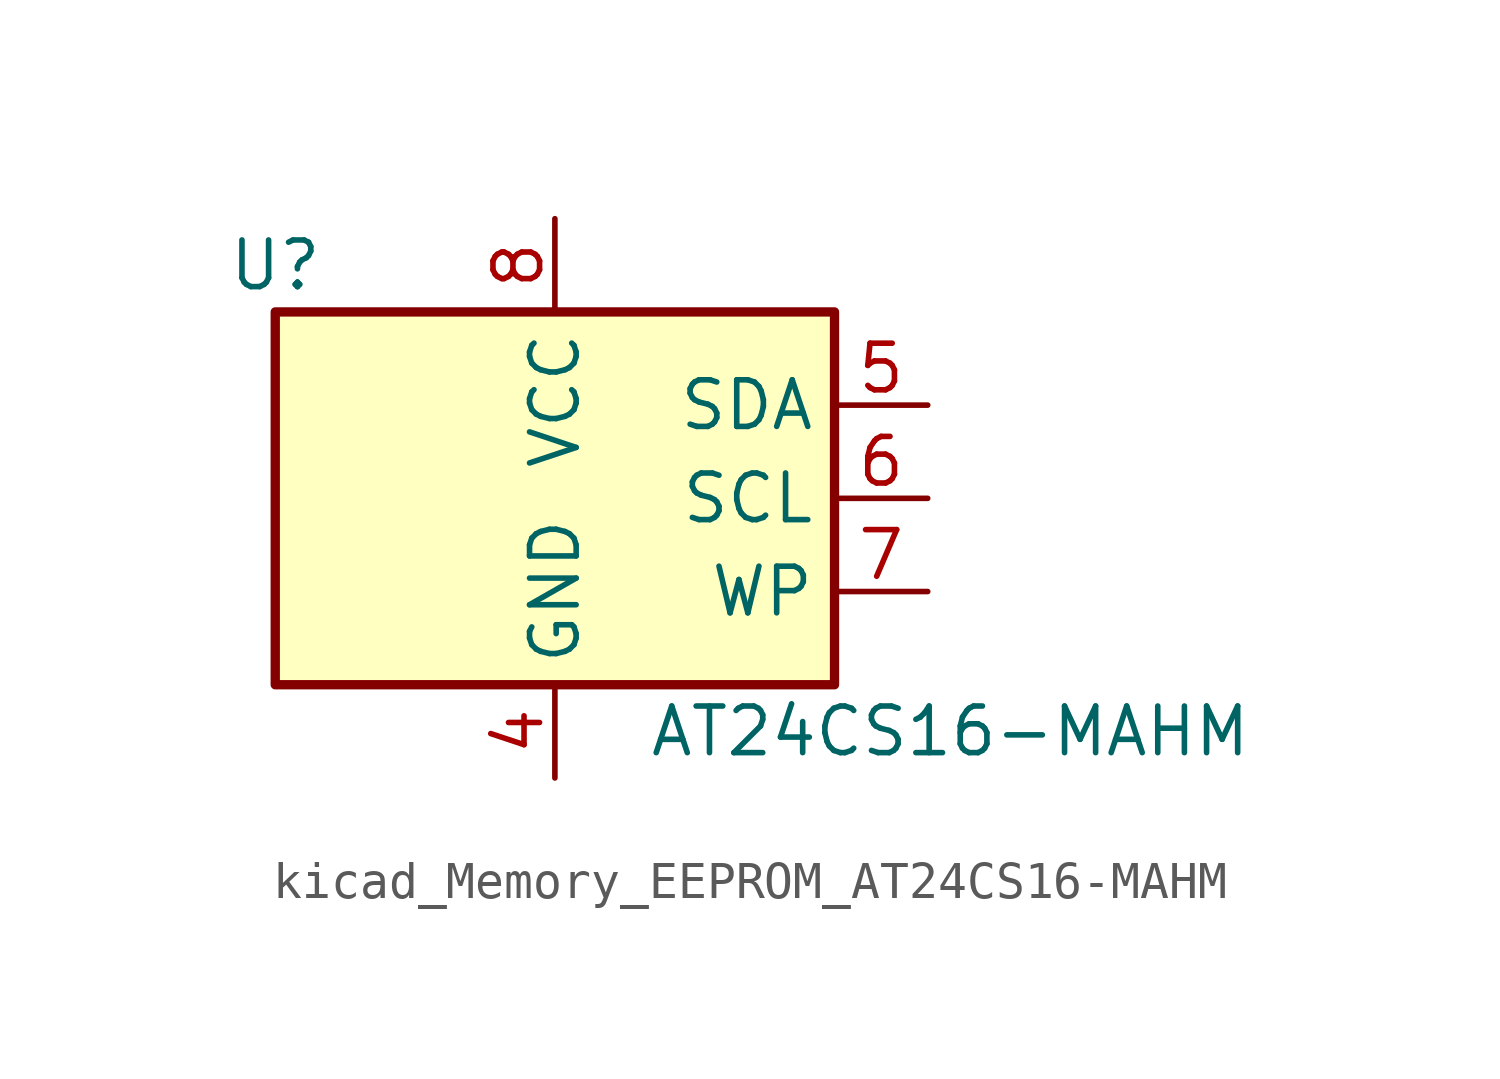
<source format=kicad_sym>
(kicad_symbol_lib
  (version 20220914)
  (generator kicad_symbol_editor)
  (symbol "kicad_Memory_EEPROM_AT24CS16-MAHM"
    (property "Reference" "U"
      (at -7.62 6.35 0)
      (effects (font (size 1.27 1.27))))
    (property "Value" "AT24CS16-MAHM"
      (at 2.54 -6.35 0)
      (effects (font (size 1.27 1.27)) (justify left)))
    (symbol "kicad_Memory_EEPROM_AT24CS16-MAHM_1_1"
      (rectangle (start -7.62 5.08) (end 7.62 -5.08) (stroke (width 0.254) (type default)) (fill (type background)))
      (pin no_connect line (at -7.62 2.54 0) (length 2.54) hide (name "NC" (effects (font (size 1.27 1.27)))) (number "1" (effects (font (size 1.27 1.27)))))
      (pin no_connect line (at -7.62 0 0) (length 2.54) hide (name "NC" (effects (font (size 1.27 1.27)))) (number "2" (effects (font (size 1.27 1.27)))))
      (pin no_connect line (at -7.62 -2.54 0) (length 2.54) hide (name "NC" (effects (font (size 1.27 1.27)))) (number "3" (effects (font (size 1.27 1.27)))))
      (pin power_in line (at 0 -7.62 90) (length 2.54) (name "GND" (effects (font (size 1.27 1.27)))) (number "4" (effects (font (size 1.27 1.27)))))
      (pin bidirectional line (at 10.16 2.54 180) (length 2.54) (name "SDA" (effects (font (size 1.27 1.27)))) (number "5" (effects (font (size 1.27 1.27)))))
      (pin input line (at 10.16 0 180) (length 2.54) (name "SCL" (effects (font (size 1.27 1.27)))) (number "6" (effects (font (size 1.27 1.27)))))
      (pin input line (at 10.16 -2.54 180) (length 2.54) (name "WP" (effects (font (size 1.27 1.27)))) (number "7" (effects (font (size 1.27 1.27)))))
      (pin power_in line (at 0 7.62 270) (length 2.54) (name "VCC" (effects (font (size 1.27 1.27)))) (number "8" (effects (font (size 1.27 1.27)))))
      (pin no_connect line (at -2.54 -5.08 90) (length 2.54) hide (name "NC" (effects (font (size 1.27 1.27)))) (number "9" (effects (font (size 1.27 1.27))))))))
</source>
